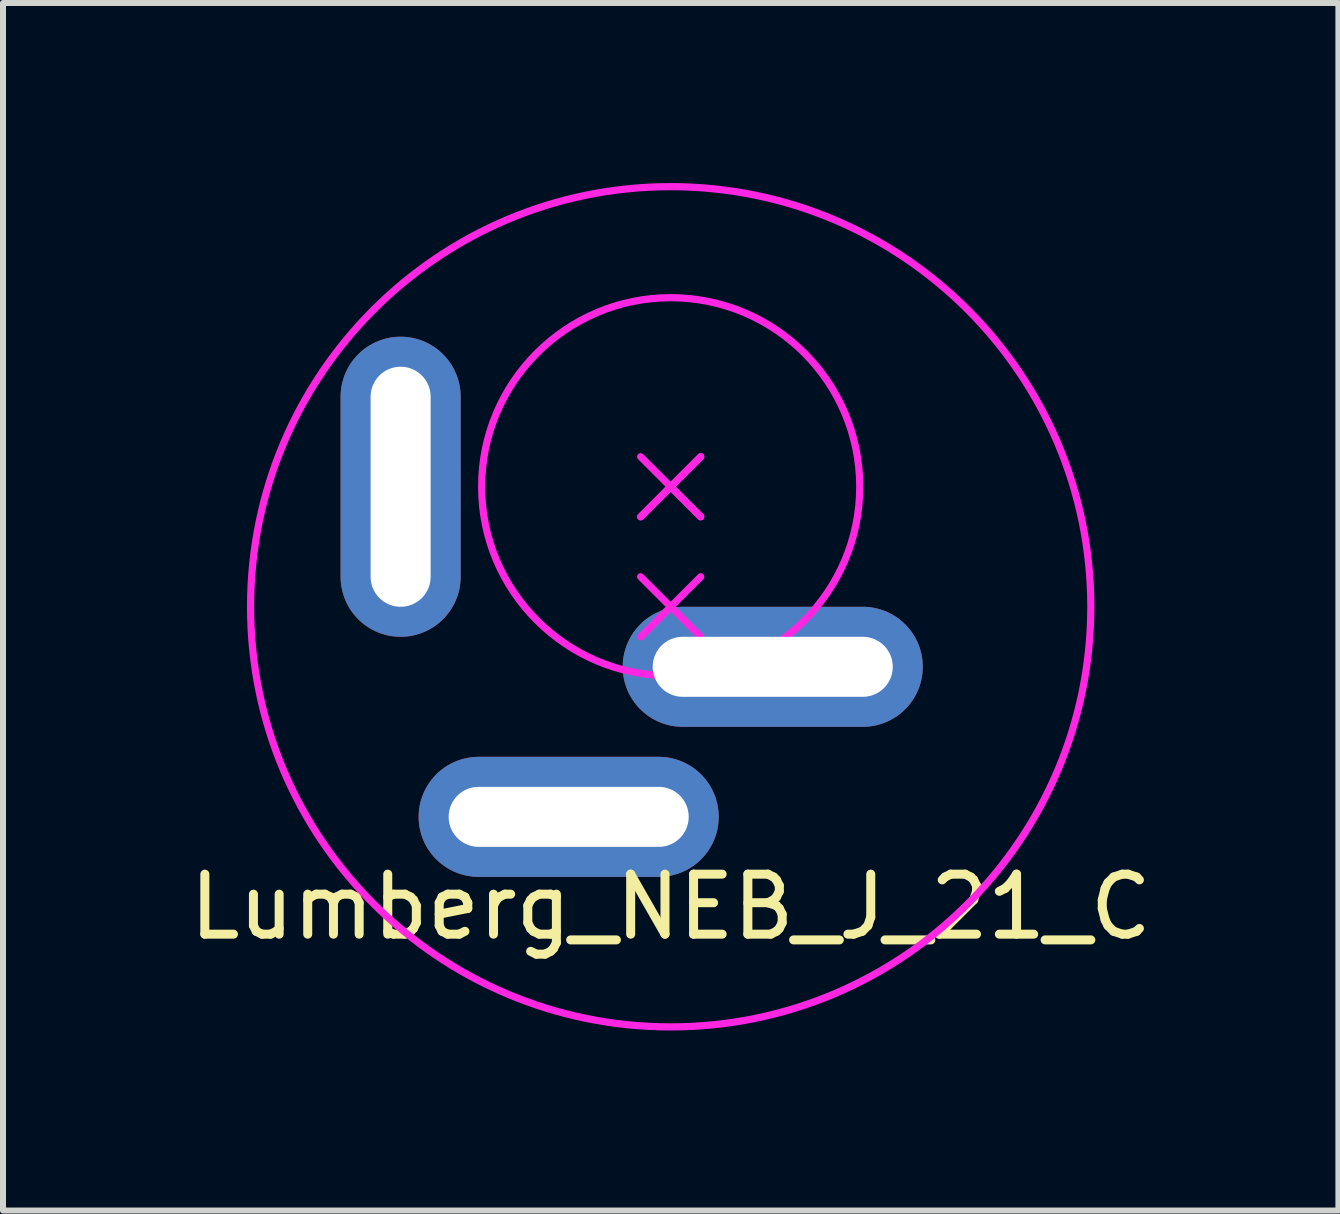
<source format=kicad_pcb>
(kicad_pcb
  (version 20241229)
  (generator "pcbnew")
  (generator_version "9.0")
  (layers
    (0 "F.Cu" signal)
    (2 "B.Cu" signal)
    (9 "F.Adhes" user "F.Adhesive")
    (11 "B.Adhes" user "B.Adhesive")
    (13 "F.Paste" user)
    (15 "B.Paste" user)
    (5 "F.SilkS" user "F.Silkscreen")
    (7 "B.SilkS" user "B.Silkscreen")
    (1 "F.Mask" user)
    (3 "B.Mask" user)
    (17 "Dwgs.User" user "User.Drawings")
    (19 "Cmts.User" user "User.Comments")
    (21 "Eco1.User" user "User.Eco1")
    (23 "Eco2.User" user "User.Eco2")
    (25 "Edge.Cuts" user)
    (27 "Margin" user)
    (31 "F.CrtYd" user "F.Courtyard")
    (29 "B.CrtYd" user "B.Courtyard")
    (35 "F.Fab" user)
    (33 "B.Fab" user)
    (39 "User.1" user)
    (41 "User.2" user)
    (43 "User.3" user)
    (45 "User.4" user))
  (footprint "Lumberg_NEB_J_21_C"
    (layer "F.Cu")
    (at 8.125 7.06)
    (property "Reference" "Lumberg_NEB_J_21_C" (at 0 5 0) (layer "F.SilkS") (effects (font (size 1 1) (thickness 0.15))))
    (attr through_hole)
    (fp_line (start -0.5 -1.5) (end 0 -2) (stroke (width 0.12) (type solid)) (layer "F.CrtYd"))
    (fp_line (start 0 -2) (end -0.5 -2.5) (stroke (width 0.12) (type solid)) (layer "F.CrtYd"))
    (fp_line (start 0 -2) (end -0.5 -1.5) (stroke (width 0.12) (type solid)) (layer "F.CrtYd"))
    (fp_line (start 0 -2) (end 0.5 -2.5) (stroke (width 0.12) (type solid)) (layer "F.CrtYd"))
    (fp_line (start 0 -2) (end 0.5 -1.5) (stroke (width 0.12) (type solid)) (layer "F.CrtYd"))
    (fp_line (start 0 0) (end -0.5 -0.5) (stroke (width 0.12) (type solid)) (layer "F.CrtYd"))
    (fp_line (start 0 0) (end 0.5 0.5) (stroke (width 0.12) (type solid)) (layer "F.CrtYd"))
    (fp_line (start 0.5 -2.5) (end 0 -2) (stroke (width 0.12) (type solid)) (layer "F.CrtYd"))
    (fp_line (start 0.5 -1.5) (end 0 -2) (stroke (width 0.12) (type solid)) (layer "F.CrtYd"))
    (fp_line (start 0.5 -0.5) (end -0.5 0.5) (stroke (width 0.12) (type solid)) (layer "F.CrtYd"))
    (fp_circle (center 0 -2) (end 0 -5.15) (stroke (width 0.12) (type solid)) (fill no) (layer "F.CrtYd"))
    (fp_circle (center 0 0) (end 7 0) (stroke (width 0.12) (type solid)) (fill no) (layer "F.CrtYd"))
    (pad "1" thru_hole oval (at -4.5 -2) (size 2 5) (drill oval 1 4) (layers "*.Cu" "*.Mask"))
    (pad "2" thru_hole oval (at -1.7 3.5) (size 5 2) (drill oval 4 1) (layers "*.Cu" "*.Mask"))
    (pad "3" thru_hole oval (at 1.7 1) (size 5 2) (drill oval 4 1) (layers "*.Cu" "*.Mask")))
  (gr_rect
    (start -3 -3)
    (end 19.25 17.12)
    (stroke (width 0.1) (type default))
    (fill no)
    (layer "Edge.Cuts")))
</source>
